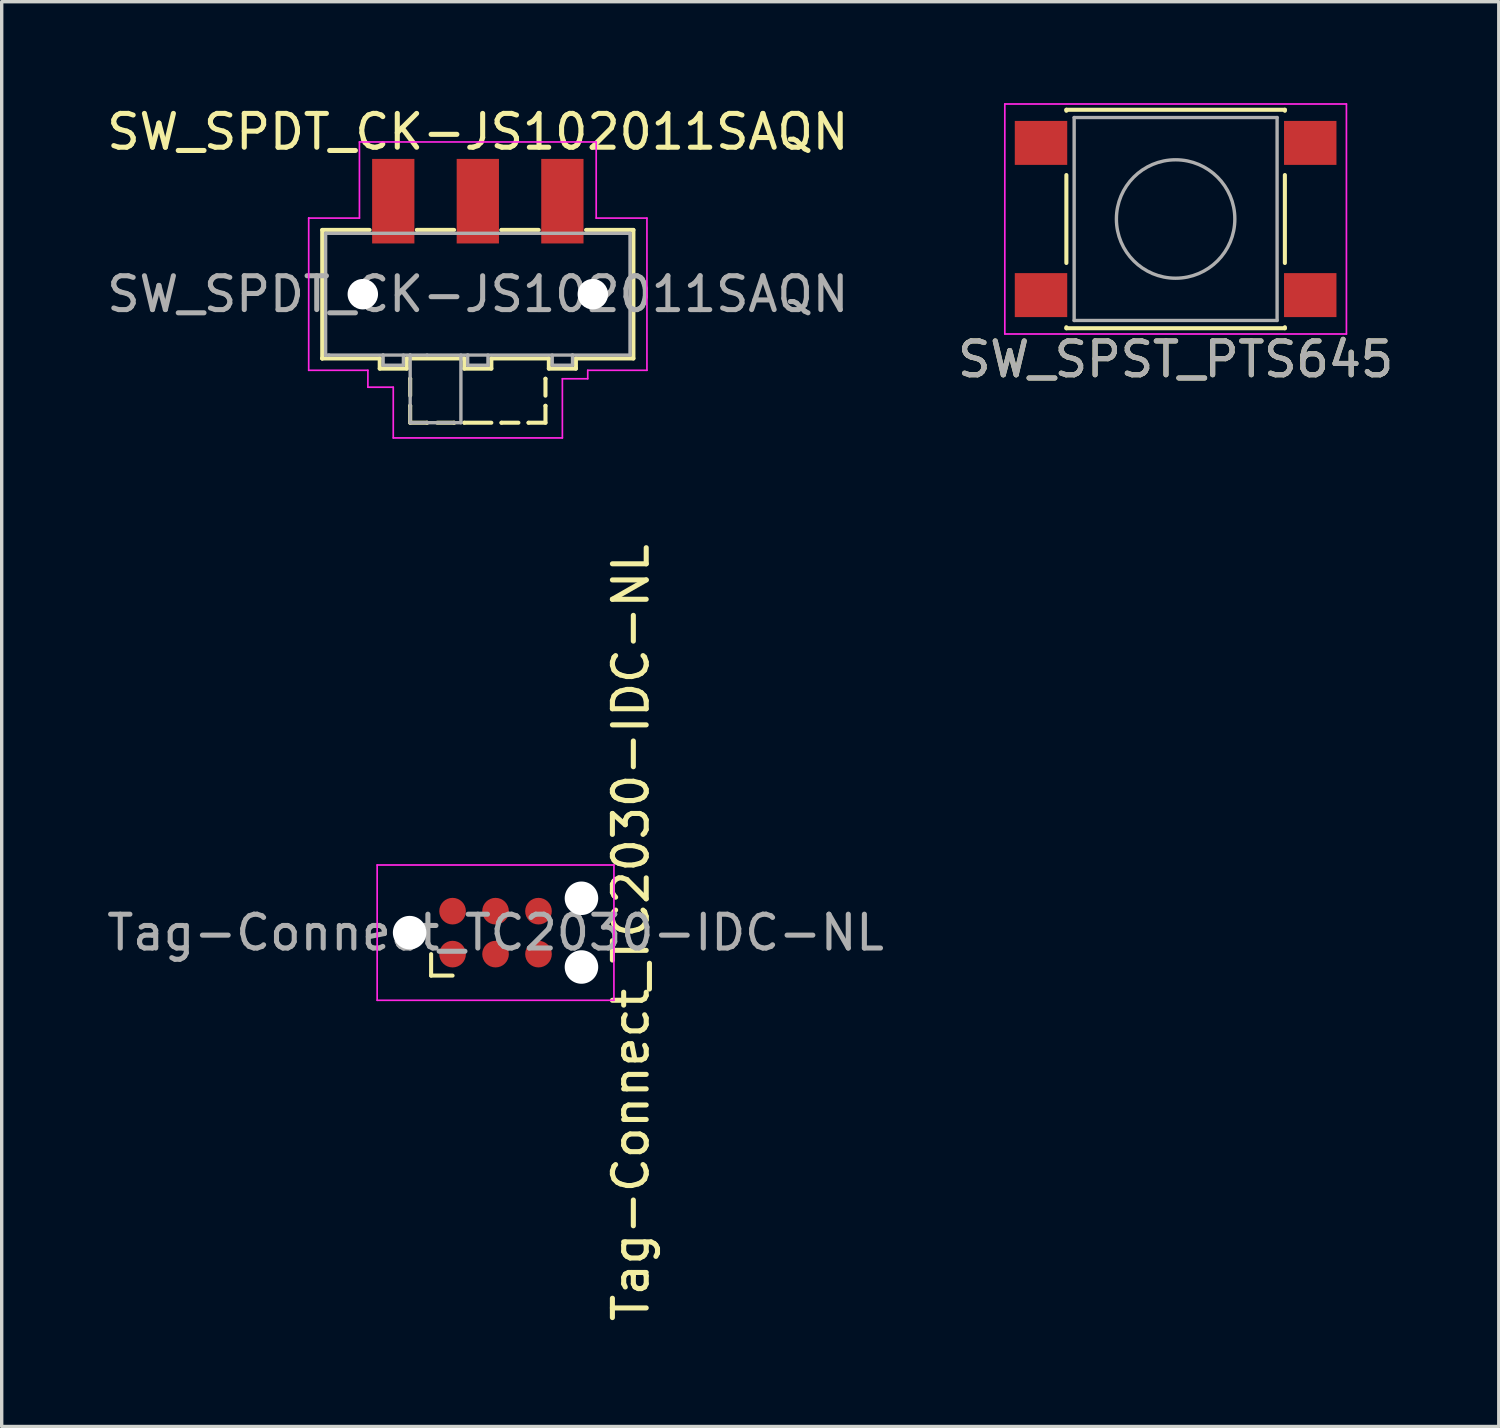
<source format=kicad_pcb>
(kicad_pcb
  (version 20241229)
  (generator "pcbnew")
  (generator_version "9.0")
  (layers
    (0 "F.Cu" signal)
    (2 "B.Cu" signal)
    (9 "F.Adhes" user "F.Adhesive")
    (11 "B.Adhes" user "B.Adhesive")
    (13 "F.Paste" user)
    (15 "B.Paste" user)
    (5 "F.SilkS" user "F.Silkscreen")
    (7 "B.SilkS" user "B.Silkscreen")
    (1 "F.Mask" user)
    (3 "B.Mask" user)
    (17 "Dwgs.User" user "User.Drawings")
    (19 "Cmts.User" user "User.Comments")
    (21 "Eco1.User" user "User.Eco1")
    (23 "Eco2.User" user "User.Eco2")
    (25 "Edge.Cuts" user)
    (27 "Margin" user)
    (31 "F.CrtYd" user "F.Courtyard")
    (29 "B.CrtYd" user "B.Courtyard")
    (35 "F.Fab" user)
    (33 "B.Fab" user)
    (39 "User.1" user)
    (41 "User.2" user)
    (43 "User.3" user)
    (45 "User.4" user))
  (footprint "Tag-Connect_TC2030-IDC-NL"
    (layer "F.Cu")
    (at 11.601 24.524)
    (property "Reference" "Tag-Connect_TC2030-IDC-NL" (at 4 0 90) (layer "F.SilkS") (effects (font (size 1 1) (thickness 0.15))))
    (attr exclude_from_pos_files exclude_from_bom)
    (fp_line (start -1.905 1.27) (end -1.905 0.635) (stroke (width 0.12) (type solid)) (layer "F.SilkS"))
    (fp_line (start -1.27 1.27) (end -1.905 1.27) (stroke (width 0.12) (type solid)) (layer "F.SilkS"))
    (fp_line (start -3.5 -2) (end 3.5 -2) (stroke (width 0.05) (type solid)) (layer "F.CrtYd"))
    (fp_line (start -3.5 2) (end -3.5 -2) (stroke (width 0.05) (type solid)) (layer "F.CrtYd"))
    (fp_line (start 3.5 -2) (end 3.5 2) (stroke (width 0.05) (type solid)) (layer "F.CrtYd"))
    (fp_line (start 3.5 2) (end -3.5 2) (stroke (width 0.05) (type solid)) (layer "F.CrtYd"))
    (fp_text user "${REFERENCE}" (at 0 0 0) (layer "F.Fab") (effects (font (size 1 1) (thickness 0.15))))
    (pad "" np_thru_hole circle (at -2.54 0) (size 0.991 0.991) (drill 0.991) (layers "*.Cu" "*.Mask"))
    (pad "" np_thru_hole circle (at 2.54 -1.016) (size 0.991 0.991) (drill 0.991) (layers "*.Cu" "*.Mask"))
    (pad "" np_thru_hole circle (at 2.54 1.016) (size 0.991 0.991) (drill 0.991) (layers "*.Cu" "*.Mask"))
    (pad "1" connect circle (at -1.27 0.635) (size 0.787 0.787) (layers "F.Cu" "F.Mask"))
    (pad "2" connect circle (at -1.27 -0.635) (size 0.787 0.787) (layers "F.Cu" "F.Mask"))
    (pad "3" connect circle (at 0 0.635) (size 0.787 0.787) (layers "F.Cu" "F.Mask"))
    (pad "4" connect circle (at 0 -0.635) (size 0.787 0.787) (layers "F.Cu" "F.Mask"))
    (pad "5" connect circle (at 1.27 0.635) (size 0.787 0.787) (layers "F.Cu" "F.Mask"))
    (pad "6" connect circle (at 1.27 -0.635) (size 0.787 0.787) (layers "F.Cu" "F.Mask")))
  (footprint "SW_SPDT_CK-JS102011SAQN"
    (layer "F.Cu")
    (at 11.077 5.648)
    (property "Reference" "SW_SPDT_CK-JS102011SAQN" (at 0 -4.8 0) (layer "F.SilkS") (effects (font (size 1 1) (thickness 0.15))))
    (attr smd)
    (fp_line (start -4.6 -1.9) (end -3.2 -1.9) (stroke (width 0.12) (type solid)) (layer "F.SilkS"))
    (fp_line (start -4.6 1.9) (end -4.6 -1.9) (stroke (width 0.12) (type solid)) (layer "F.SilkS"))
    (fp_line (start -4.6 1.9) (end -4.6 1.9) (stroke (width 0.12) (type solid)) (layer "F.SilkS"))
    (fp_line (start -2.9 1.9) (end -4.6 1.9) (stroke (width 0.12) (type solid)) (layer "F.SilkS"))
    (fp_line (start -2.9 2.2) (end -2.9 1.9) (stroke (width 0.12) (type solid)) (layer "F.SilkS"))
    (fp_line (start -2.1 1.9) (end -2.1 2.2) (stroke (width 0.12) (type solid)) (layer "F.SilkS"))
    (fp_line (start -2.1 2.2) (end -2.9 2.2) (stroke (width 0.12) (type solid)) (layer "F.SilkS"))
    (fp_line (start -2 2.5) (end -2 2.5) (stroke (width 0.12) (type solid)) (layer "F.SilkS"))
    (fp_line (start -2 3) (end -2 2.5) (stroke (width 0.12) (type solid)) (layer "F.SilkS"))
    (fp_line (start -2 3.3) (end -2 3.3) (stroke (width 0.12) (type solid)) (layer "F.SilkS"))
    (fp_line (start -2 3.8) (end -2 3.3) (stroke (width 0.12) (type solid)) (layer "F.SilkS"))
    (fp_line (start -2 3.8) (end -1.5 3.8) (stroke (width 0.12) (type solid)) (layer "F.SilkS"))
    (fp_line (start -1.8 -1.9) (end -1.8 -1.9) (stroke (width 0.12) (type solid)) (layer "F.SilkS"))
    (fp_line (start -1.5 3.8) (end -1.5 3.8) (stroke (width 0.12) (type solid)) (layer "F.SilkS"))
    (fp_line (start -1.2 3.8) (end -0.7 3.8) (stroke (width 0.12) (type solid)) (layer "F.SilkS"))
    (fp_line (start -0.7 -1.9) (end -1.8 -1.9) (stroke (width 0.12) (type solid)) (layer "F.SilkS"))
    (fp_line (start -0.7 3.8) (end -0.7 3.8) (stroke (width 0.12) (type solid)) (layer "F.SilkS"))
    (fp_line (start -0.4 1.9) (end -2.1 1.9) (stroke (width 0.12) (type solid)) (layer "F.SilkS"))
    (fp_line (start -0.4 2.2) (end -0.4 1.9) (stroke (width 0.12) (type solid)) (layer "F.SilkS"))
    (fp_line (start -0.4 3.8) (end -0.4 3.8) (stroke (width 0.12) (type solid)) (layer "F.SilkS"))
    (fp_line (start 0.4 1.9) (end 0.4 2.2) (stroke (width 0.12) (type solid)) (layer "F.SilkS"))
    (fp_line (start 0.4 2.2) (end -0.4 2.2) (stroke (width 0.12) (type solid)) (layer "F.SilkS"))
    (fp_line (start 0.4 3.8) (end -0.4 3.8) (stroke (width 0.12) (type solid)) (layer "F.SilkS"))
    (fp_line (start 0.7 -1.9) (end 0.7 -1.9) (stroke (width 0.12) (type solid)) (layer "F.SilkS"))
    (fp_line (start 0.7 3.8) (end 0.7 3.8) (stroke (width 0.12) (type solid)) (layer "F.SilkS"))
    (fp_line (start 1.2 3.8) (end 0.7 3.8) (stroke (width 0.12) (type solid)) (layer "F.SilkS"))
    (fp_line (start 1.5 3.8) (end 1.5 3.8) (stroke (width 0.12) (type solid)) (layer "F.SilkS"))
    (fp_line (start 1.8 -1.9) (end 0.7 -1.9) (stroke (width 0.12) (type solid)) (layer "F.SilkS"))
    (fp_line (start 2 2.5) (end 2 2.5) (stroke (width 0.12) (type solid)) (layer "F.SilkS"))
    (fp_line (start 2 3) (end 2 2.5) (stroke (width 0.12) (type solid)) (layer "F.SilkS"))
    (fp_line (start 2 3.3) (end 2 3.3) (stroke (width 0.12) (type solid)) (layer "F.SilkS"))
    (fp_line (start 2 3.8) (end 1.5 3.8) (stroke (width 0.12) (type solid)) (layer "F.SilkS"))
    (fp_line (start 2 3.8) (end 2 3.3) (stroke (width 0.12) (type solid)) (layer "F.SilkS"))
    (fp_line (start 2.1 1.9) (end 0.4 1.9) (stroke (width 0.12) (type solid)) (layer "F.SilkS"))
    (fp_line (start 2.1 2.2) (end 2.1 1.9) (stroke (width 0.12) (type solid)) (layer "F.SilkS"))
    (fp_line (start 2.9 1.9) (end 2.9 2.2) (stroke (width 0.12) (type solid)) (layer "F.SilkS"))
    (fp_line (start 2.9 2.2) (end 2.1 2.2) (stroke (width 0.12) (type solid)) (layer "F.SilkS"))
    (fp_line (start 3.2 -1.9) (end 4.6 -1.9) (stroke (width 0.12) (type solid)) (layer "F.SilkS"))
    (fp_line (start 4.6 -1.9) (end 4.6 1.9) (stroke (width 0.12) (type solid)) (layer "F.SilkS"))
    (fp_line (start 4.6 1.9) (end 2.9 1.9) (stroke (width 0.12) (type solid)) (layer "F.SilkS"))
    (fp_line (start -5 -2.25) (end -5 -2.25) (stroke (width 0.05) (type solid)) (layer "F.CrtYd"))
    (fp_line (start -5 -2.25) (end -5 2.25) (stroke (width 0.05) (type solid)) (layer "F.CrtYd"))
    (fp_line (start -5 2.25) (end -3.25 2.25) (stroke (width 0.05) (type solid)) (layer "F.CrtYd"))
    (fp_line (start -3.5 -4.5) (end -3.5 -2.25) (stroke (width 0.05) (type solid)) (layer "F.CrtYd"))
    (fp_line (start -3.5 -2.25) (end -5 -2.25) (stroke (width 0.05) (type solid)) (layer "F.CrtYd"))
    (fp_line (start -3.25 2.25) (end -3.25 2.75) (stroke (width 0.05) (type solid)) (layer "F.CrtYd"))
    (fp_line (start -3.25 2.75) (end -2.5 2.75) (stroke (width 0.05) (type solid)) (layer "F.CrtYd"))
    (fp_line (start -2.5 2.75) (end -2.5 4.25) (stroke (width 0.05) (type solid)) (layer "F.CrtYd"))
    (fp_line (start -2.5 4.25) (end 2.5 4.25) (stroke (width 0.05) (type solid)) (layer "F.CrtYd"))
    (fp_line (start 2.5 2.5) (end 3.25 2.5) (stroke (width 0.05) (type solid)) (layer "F.CrtYd"))
    (fp_line (start 2.5 4.25) (end 2.5 2.5) (stroke (width 0.05) (type solid)) (layer "F.CrtYd"))
    (fp_line (start 3.25 2.25) (end 5 2.25) (stroke (width 0.05) (type solid)) (layer "F.CrtYd"))
    (fp_line (start 3.25 2.5) (end 3.25 2.25) (stroke (width 0.05) (type solid)) (layer "F.CrtYd"))
    (fp_line (start 3.5 -4.5) (end -3.5 -4.5) (stroke (width 0.05) (type solid)) (layer "F.CrtYd"))
    (fp_line (start 3.5 -2.25) (end 3.5 -4.5) (stroke (width 0.05) (type solid)) (layer "F.CrtYd"))
    (fp_line (start 5 -2.25) (end 3.5 -2.25) (stroke (width 0.05) (type solid)) (layer "F.CrtYd"))
    (fp_line (start 5 2.25) (end 5 -2.25) (stroke (width 0.05) (type solid)) (layer "F.CrtYd"))
    (fp_line (start -4.5 -1.8) (end -4.5 1.8) (stroke (width 0.1) (type solid)) (layer "F.Fab"))
    (fp_line (start -4.5 -1.8) (end 4.5 -1.8) (stroke (width 0.1) (type solid)) (layer "F.Fab"))
    (fp_line (start -4.5 1.8) (end -4.5 1.8) (stroke (width 0.1) (type solid)) (layer "F.Fab"))
    (fp_line (start -4.5 1.8) (end -4.5 1.8) (stroke (width 0.1) (type solid)) (layer "F.Fab"))
    (fp_line (start -4.4 1.8) (end -4.5 1.8) (stroke (width 0.1) (type solid)) (layer "F.Fab"))
    (fp_line (start -2.8 1.8) (end -2.8 1.8) (stroke (width 0.1) (type solid)) (layer "F.Fab"))
    (fp_line (start -2.8 2.1) (end -2.8 1.8) (stroke (width 0.1) (type solid)) (layer "F.Fab"))
    (fp_line (start -2.2 1.8) (end -2.2 2.1) (stroke (width 0.1) (type solid)) (layer "F.Fab"))
    (fp_line (start -2.2 2.1) (end -2.8 2.1) (stroke (width 0.1) (type solid)) (layer "F.Fab"))
    (fp_line (start -2 1.8) (end -2 1.8) (stroke (width 0.1) (type solid)) (layer "F.Fab"))
    (fp_line (start -2 3.8) (end -2 1.8) (stroke (width 0.1) (type solid)) (layer "F.Fab"))
    (fp_line (start -1.5 1.8) (end -1.5 1.8) (stroke (width 0.1) (type solid)) (layer "F.Fab"))
    (fp_line (start -0.5 1.8) (end -0.5 3.8) (stroke (width 0.1) (type solid)) (layer "F.Fab"))
    (fp_line (start -0.5 3.8) (end -2 3.8) (stroke (width 0.1) (type solid)) (layer "F.Fab"))
    (fp_line (start -0.3 1.8) (end -0.3 1.8) (stroke (width 0.1) (type solid)) (layer "F.Fab"))
    (fp_line (start -0.3 2.1) (end -0.3 1.8) (stroke (width 0.1) (type solid)) (layer "F.Fab"))
    (fp_line (start 0.3 1.8) (end 0.3 2.1) (stroke (width 0.1) (type solid)) (layer "F.Fab"))
    (fp_line (start 0.3 2.1) (end -0.3 2.1) (stroke (width 0.1) (type solid)) (layer "F.Fab"))
    (fp_line (start 2.2 1.8) (end 2.2 2.1) (stroke (width 0.1) (type solid)) (layer "F.Fab"))
    (fp_line (start 2.2 2.1) (end 2.8 2.1) (stroke (width 0.1) (type solid)) (layer "F.Fab"))
    (fp_line (start 2.8 1.8) (end 2.8 1.8) (stroke (width 0.1) (type solid)) (layer "F.Fab"))
    (fp_line (start 2.8 2.1) (end 2.8 1.8) (stroke (width 0.1) (type solid)) (layer "F.Fab"))
    (fp_line (start 4.5 -1.8) (end 4.5 1.8) (stroke (width 0.1) (type solid)) (layer "F.Fab"))
    (fp_line (start 4.5 1.8) (end -4.4 1.8) (stroke (width 0.1) (type solid)) (layer "F.Fab"))
    (fp_text user "${REFERENCE}" (at 0 0 0) (layer "F.Fab") (effects (font (size 1 1) (thickness 0.15))))
    (pad "" np_thru_hole circle (at -3.4 0) (size 0.9 0.9) (drill 0.9) (layers "*.Cu" "*.Mask"))
    (pad "" np_thru_hole circle (at 3.4 0) (size 0.9 0.9) (drill 0.9) (layers "*.Cu" "*.Mask"))
    (pad "1" smd rect (at -2.5 -2.75) (size 1.25 2.5) (layers "F.Cu" "F.Mask" "F.Paste"))
    (pad "2" smd rect (at 0 -2.75) (size 1.25 2.5) (layers "F.Cu" "F.Mask" "F.Paste"))
    (pad "3" smd rect (at 2.5 -2.75) (size 1.25 2.5) (layers "F.Cu" "F.Mask" "F.Paste")))
  (footprint "SW_SPST_PTS645"
    (layer "F.Cu")
    (at 31.708 3.425)
    (property "Reference" "SW_SPST_PTS645" (at 0 4.15 0) (layer "F.SilkS") (effects (font (size 1 1) (thickness 0.15))))
    (attr smd)
    (fp_line (start -3.23 -3.23) (end 3.23 -3.23) (stroke (width 0.12) (type solid)) (layer "F.SilkS"))
    (fp_line (start -3.23 -3.2) (end -3.23 -3.23) (stroke (width 0.12) (type solid)) (layer "F.SilkS"))
    (fp_line (start -3.23 -1.3) (end -3.23 1.3) (stroke (width 0.12) (type solid)) (layer "F.SilkS"))
    (fp_line (start -3.23 3.23) (end -3.23 3.2) (stroke (width 0.12) (type solid)) (layer "F.SilkS"))
    (fp_line (start -3.23 3.23) (end 3.23 3.23) (stroke (width 0.12) (type solid)) (layer "F.SilkS"))
    (fp_line (start 3.23 -3.23) (end 3.23 -3.2) (stroke (width 0.12) (type solid)) (layer "F.SilkS"))
    (fp_line (start 3.23 -1.3) (end 3.23 1.3) (stroke (width 0.12) (type solid)) (layer "F.SilkS"))
    (fp_line (start 3.23 3.23) (end 3.23 3.2) (stroke (width 0.12) (type solid)) (layer "F.SilkS"))
    (fp_line (start -5.05 -3.4) (end -5.05 3.4) (stroke (width 0.05) (type solid)) (layer "F.CrtYd"))
    (fp_line (start -5.05 -3.4) (end 5.05 -3.4) (stroke (width 0.05) (type solid)) (layer "F.CrtYd"))
    (fp_line (start -5.05 3.4) (end 5.05 3.4) (stroke (width 0.05) (type solid)) (layer "F.CrtYd"))
    (fp_line (start 5.05 3.4) (end 5.05 -3.4) (stroke (width 0.05) (type solid)) (layer "F.CrtYd"))
    (fp_line (start -3 -3) (end -3 3) (stroke (width 0.1) (type solid)) (layer "F.Fab"))
    (fp_line (start -3 3) (end 3 3) (stroke (width 0.1) (type solid)) (layer "F.Fab"))
    (fp_line (start 3 -3) (end -3 -3) (stroke (width 0.1) (type solid)) (layer "F.Fab"))
    (fp_line (start 3 3) (end 3 -3) (stroke (width 0.1) (type solid)) (layer "F.Fab"))
    (fp_circle (center 0 0) (end 1.75 -0.05) (stroke (width 0.1) (type solid)) (fill no) (layer "F.Fab"))
    (fp_text user "${REFERENCE}" (at 0 4.15 0) (layer "F.Fab") (effects (font (size 1 1) (thickness 0.15))))
    (pad "1" smd rect (at -3.98 -2.25) (size 1.55 1.3) (layers "F.Cu" "F.Mask" "F.Paste"))
    (pad "1" smd rect (at 3.98 -2.25) (size 1.55 1.3) (layers "F.Cu" "F.Mask" "F.Paste"))
    (pad "2" smd rect (at -3.98 2.25) (size 1.55 1.3) (layers "F.Cu" "F.Mask" "F.Paste"))
    (pad "2" smd rect (at 3.98 2.25) (size 1.55 1.3) (layers "F.Cu" "F.Mask" "F.Paste")))
  (gr_rect
    (start -3 -3)
    (end 41.262 39.126)
    (stroke (width 0.1) (type default))
    (fill no)
    (layer "Edge.Cuts")))
</source>
